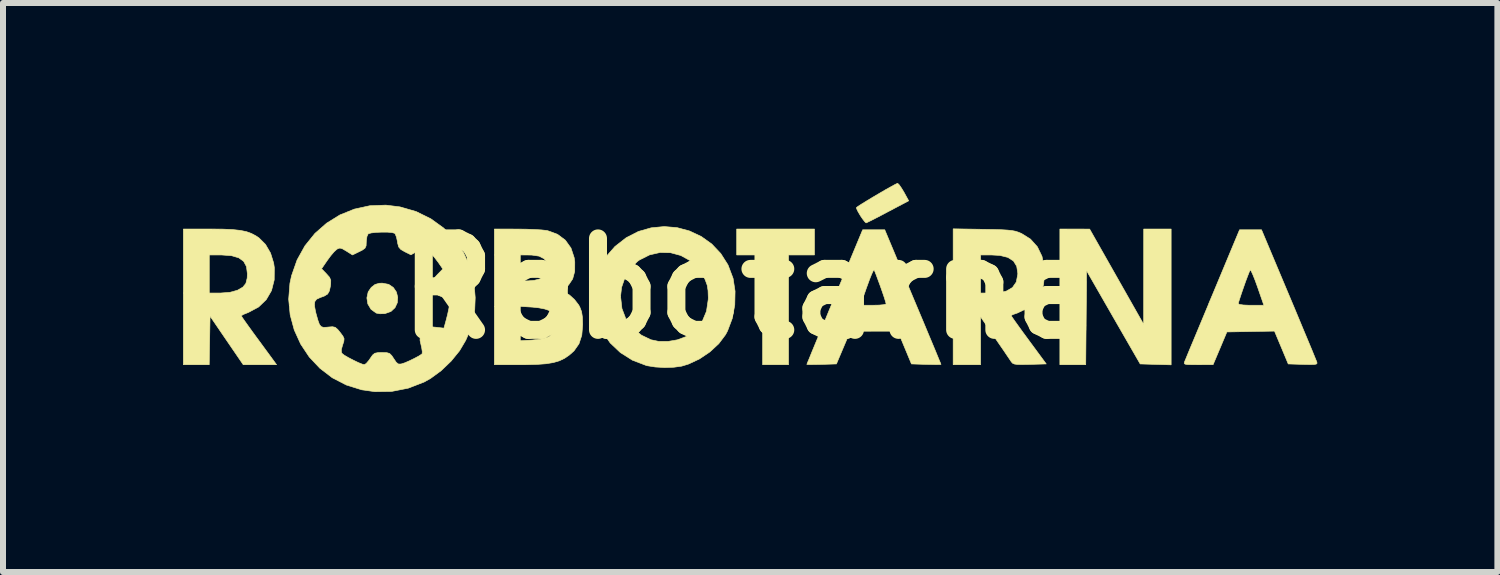
<source format=kicad_pcb>
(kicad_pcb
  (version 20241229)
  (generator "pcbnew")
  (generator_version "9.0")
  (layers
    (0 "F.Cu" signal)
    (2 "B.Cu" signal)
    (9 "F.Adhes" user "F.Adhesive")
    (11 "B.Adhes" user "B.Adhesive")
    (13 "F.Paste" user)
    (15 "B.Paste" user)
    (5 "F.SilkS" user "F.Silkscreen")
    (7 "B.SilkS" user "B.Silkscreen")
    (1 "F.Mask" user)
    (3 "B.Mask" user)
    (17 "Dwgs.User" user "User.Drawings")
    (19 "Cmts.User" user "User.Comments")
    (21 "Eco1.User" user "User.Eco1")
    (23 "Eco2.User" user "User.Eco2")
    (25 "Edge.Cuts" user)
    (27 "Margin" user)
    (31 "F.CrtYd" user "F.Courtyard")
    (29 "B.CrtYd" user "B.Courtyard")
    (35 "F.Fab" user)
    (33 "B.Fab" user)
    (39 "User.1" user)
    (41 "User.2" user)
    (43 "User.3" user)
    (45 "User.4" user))
  (footprint "Robotarna"
    (layer "F.Cu")
    (at 9.454 1.757)
    (property "Reference" "Robotarna" (at 0 0 0) (layer "F.SilkS") (effects (font (size 1.524 1.524) (thickness 0.3))))
    (attr through_hole)
    (fp_poly (pts (xy 1.067 -0.559) (xy 0.635 -0.559) (xy 0.635 1.27) (xy 0.203 1.27) (xy 0.203 -0.559) (xy -0.229 -0.559) (xy -0.229 -0.991) (xy 1.067 -0.991) (xy 1.067 -0.559)) (stroke (width 0.01) (type solid)) (fill yes) (layer "F.SilkS"))
    (fp_poly (pts (xy 7.01 1.272) (xy 6.752 1.265) (xy 6.494 1.257) (xy 6.047 0.481) (xy 5.601 -0.296) (xy 5.594 0.487) (xy 5.587 1.27) (xy 5.156 1.27) (xy 5.156 -0.991) (xy 5.652 -0.99) (xy 6.552 0.597) (xy 6.553 -0.991) (xy 7.01 -0.991) (xy 7.01 1.272)) (stroke (width 0.01) (type solid)) (fill yes) (layer "F.SilkS"))
    (fp_poly (pts (xy -6.028 -0.069) (xy -5.95 -0.016) (xy -5.899 0.059) (xy -5.877 0.147) (xy -5.884 0.237) (xy -5.922 0.319) (xy -5.99 0.383) (xy -6.089 0.418) (xy -6.097 0.419) (xy -6.173 0.421) (xy -6.234 0.41) (xy -6.236 0.409) (xy -6.322 0.347) (xy -6.375 0.258) (xy -6.391 0.157) (xy -6.369 0.056) (xy -6.318 -0.018) (xy -6.255 -0.067) (xy -6.184 -0.087) (xy -6.134 -0.089) (xy -6.028 -0.069)) (stroke (width 0.01) (type solid)) (fill yes) (layer "F.SilkS"))
    (fp_poly (pts (xy 2.476 -1.731) (xy 2.514 -1.677) (xy 2.557 -1.607) (xy 2.637 -1.461) (xy 2.29 -1.278) (xy 2.169 -1.214) (xy 2.065 -1.16) (xy 1.985 -1.12) (xy 1.937 -1.097) (xy 1.927 -1.093) (xy 1.906 -1.112) (xy 1.867 -1.162) (xy 1.833 -1.212) (xy 1.793 -1.28) (xy 1.769 -1.33) (xy 1.766 -1.348) (xy 1.792 -1.368) (xy 1.852 -1.407) (xy 1.938 -1.46) (xy 2.039 -1.521) (xy 2.146 -1.584) (xy 2.25 -1.645) (xy 2.342 -1.696) (xy 2.411 -1.734) (xy 2.449 -1.752) (xy 2.453 -1.752) (xy 2.476 -1.731)) (stroke (width 0.01) (type solid)) (fill yes) (layer "F.SilkS"))
    (fp_poly (pts (xy 2.706 0.14) (xy 2.8 0.364) (xy 2.888 0.573) (xy 2.967 0.763) (xy 3.037 0.93) (xy 3.094 1.067) (xy 3.137 1.172) (xy 3.165 1.239) (xy 3.175 1.265) (xy 3.175 1.265) (xy 3.151 1.267) (xy 3.088 1.268) (xy 2.996 1.266) (xy 2.929 1.265) (xy 2.683 1.257) (xy 2.456 0.711) (xy 1.664 0.712) (xy 1.548 0.985) (xy 1.433 1.257) (xy 1.187 1.265) (xy 1.082 1.267) (xy 0.999 1.268) (xy 0.949 1.266) (xy 0.94 1.265) (xy 0.949 1.24) (xy 0.977 1.174) (xy 1.019 1.07) (xy 1.076 0.932) (xy 1.145 0.766) (xy 1.224 0.577) (xy 1.31 0.367) (xy 1.347 0.279) (xy 1.832 0.279) (xy 2.046 0.279) (xy 2.143 0.277) (xy 2.218 0.27) (xy 2.257 0.26) (xy 2.261 0.256) (xy 2.252 0.222) (xy 2.231 0.153) (xy 2.2 0.062) (xy 2.164 -0.041) (xy 2.127 -0.141) (xy 2.095 -0.228) (xy 2.071 -0.288) (xy 2.06 -0.31) (xy 2.046 -0.294) (xy 2.02 -0.239) (xy 1.985 -0.152) (xy 1.945 -0.042) (xy 1.938 -0.024) (xy 1.832 0.279) (xy 1.347 0.279) (xy 1.403 0.143) (xy 1.405 0.14) (xy 1.87 -0.978) (xy 2.238 -0.978) (xy 2.706 0.14)) (stroke (width 0.01) (type solid)) (fill yes) (layer "F.SilkS"))
    (fp_poly (pts (xy -8.791 -0.989) (xy -8.629 -0.982) (xy -8.5 -0.968) (xy -8.397 -0.947) (xy -8.311 -0.915) (xy -8.233 -0.873) (xy -8.189 -0.843) (xy -8.08 -0.734) (xy -7.996 -0.59) (xy -7.944 -0.423) (xy -7.933 -0.346) (xy -7.935 -0.143) (xy -7.98 0.035) (xy -8.068 0.186) (xy -8.195 0.308) (xy -8.363 0.398) (xy -8.388 0.408) (xy -8.448 0.432) (xy -8.481 0.452) (xy -8.483 0.456) (xy -8.469 0.48) (xy -8.429 0.538) (xy -8.369 0.622) (xy -8.294 0.726) (xy -8.24 0.8) (xy -8.153 0.918) (xy -8.074 1.026) (xy -8.007 1.117) (xy -7.961 1.18) (xy -7.946 1.2) (xy -7.896 1.27) (xy -8.451 1.27) (xy -8.728 0.865) (xy -9.004 0.461) (xy -9.011 0.865) (xy -9.018 1.27) (xy -9.449 1.27) (xy -9.449 -0.559) (xy -9.017 -0.559) (xy -9.017 0.076) (xy -8.833 0.076) (xy -8.673 0.064) (xy -8.55 0.03) (xy -8.543 0.027) (xy -8.457 -0.023) (xy -8.407 -0.085) (xy -8.385 -0.174) (xy -8.382 -0.247) (xy -8.397 -0.365) (xy -8.444 -0.452) (xy -8.527 -0.512) (xy -8.65 -0.547) (xy -8.815 -0.559) (xy -8.826 -0.559) (xy -9.017 -0.559) (xy -9.449 -0.559) (xy -9.449 -0.991) (xy -8.996 -0.991) (xy -8.791 -0.989)) (stroke (width 0.01) (type solid)) (fill yes) (layer "F.SilkS"))
    (fp_poly (pts (xy 8.97 0.102) (xy 9.063 0.323) (xy 9.15 0.532) (xy 9.229 0.722) (xy 9.299 0.889) (xy 9.357 1.028) (xy 9.4 1.134) (xy 9.428 1.202) (xy 9.438 1.226) (xy 9.441 1.247) (xy 9.427 1.26) (xy 9.389 1.266) (xy 9.316 1.267) (xy 9.207 1.265) (xy 8.961 1.257) (xy 8.847 0.984) (xy 8.732 0.71) (xy 8.336 0.717) (xy 7.939 0.724) (xy 7.824 0.997) (xy 7.709 1.269) (xy 7.462 1.27) (xy 7.349 1.269) (xy 7.278 1.267) (xy 7.241 1.26) (xy 7.228 1.246) (xy 7.233 1.224) (xy 7.237 1.213) (xy 7.252 1.178) (xy 7.283 1.102) (xy 7.33 0.988) (xy 7.391 0.843) (xy 7.463 0.67) (xy 7.544 0.476) (xy 7.632 0.265) (xy 7.635 0.255) (xy 8.128 0.255) (xy 8.151 0.266) (xy 8.214 0.275) (xy 8.304 0.279) (xy 8.342 0.279) (xy 8.555 0.279) (xy 8.45 -0.024) (xy 8.409 -0.137) (xy 8.373 -0.227) (xy 8.345 -0.288) (xy 8.329 -0.31) (xy 8.328 -0.31) (xy 8.313 -0.279) (xy 8.287 -0.213) (xy 8.253 -0.123) (xy 8.217 -0.021) (xy 8.182 0.08) (xy 8.153 0.168) (xy 8.133 0.231) (xy 8.128 0.255) (xy 7.635 0.255) (xy 7.705 0.089) (xy 8.15 -0.978) (xy 8.516 -0.978) (xy 8.97 0.102)) (stroke (width 0.01) (type solid)) (fill yes) (layer "F.SilkS"))
    (fp_poly (pts (xy 3.88 -0.986) (xy 4.054 -0.983) (xy 4.187 -0.979) (xy 4.285 -0.973) (xy 4.359 -0.965) (xy 4.416 -0.954) (xy 4.465 -0.938) (xy 4.515 -0.917) (xy 4.516 -0.917) (xy 4.666 -0.823) (xy 4.781 -0.695) (xy 4.858 -0.536) (xy 4.895 -0.348) (xy 4.897 -0.191) (xy 4.883 -0.065) (xy 4.855 0.033) (xy 4.816 0.113) (xy 4.717 0.238) (xy 4.589 0.341) (xy 4.447 0.409) (xy 4.441 0.411) (xy 4.38 0.432) (xy 4.346 0.448) (xy 4.343 0.451) (xy 4.358 0.474) (xy 4.398 0.532) (xy 4.459 0.617) (xy 4.536 0.724) (xy 4.626 0.846) (xy 4.636 0.86) (xy 4.929 1.257) (xy 4.655 1.265) (xy 4.533 1.267) (xy 4.451 1.266) (xy 4.4 1.259) (xy 4.369 1.246) (xy 4.35 1.225) (xy 4.348 1.223) (xy 4.323 1.186) (xy 4.275 1.115) (xy 4.21 1.019) (xy 4.132 0.906) (xy 4.075 0.823) (xy 3.835 0.472) (xy 3.835 1.27) (xy 3.378 1.27) (xy 3.378 -0.559) (xy 3.835 -0.559) (xy 3.835 0.076) (xy 4.007 0.075) (xy 4.11 0.069) (xy 4.207 0.057) (xy 4.265 0.043) (xy 4.366 -0.016) (xy 4.43 -0.108) (xy 4.454 -0.234) (xy 4.455 -0.253) (xy 4.437 -0.37) (xy 4.383 -0.458) (xy 4.29 -0.518) (xy 4.157 -0.551) (xy 4.014 -0.559) (xy 3.835 -0.559) (xy 3.378 -0.559) (xy 3.378 -0.994) (xy 3.88 -0.986)) (stroke (width 0.01) (type solid)) (fill yes) (layer "F.SilkS"))
    (fp_poly (pts (xy -1.222 -1.014) (xy -1.014 -0.958) (xy -0.82 -0.867) (xy -0.644 -0.741) (xy -0.494 -0.582) (xy -0.374 -0.393) (xy -0.291 -0.174) (xy -0.289 -0.169) (xy -0.256 0.046) (xy -0.261 0.274) (xy -0.303 0.499) (xy -0.381 0.706) (xy -0.415 0.77) (xy -0.527 0.919) (xy -0.676 1.057) (xy -0.85 1.174) (xy -1.034 1.26) (xy -1.146 1.294) (xy -1.276 1.312) (xy -1.43 1.317) (xy -1.586 1.308) (xy -1.719 1.287) (xy -1.735 1.283) (xy -1.966 1.195) (xy -2.167 1.068) (xy -2.336 0.908) (xy -2.468 0.718) (xy -2.561 0.504) (xy -2.609 0.27) (xy -2.616 0.14) (xy -2.615 0.131) (xy -2.164 0.131) (xy -2.141 0.334) (xy -2.074 0.511) (xy -1.965 0.659) (xy -1.816 0.778) (xy -1.659 0.854) (xy -1.526 0.882) (xy -1.372 0.882) (xy -1.216 0.855) (xy -1.077 0.803) (xy -1.067 0.798) (xy -0.915 0.689) (xy -0.803 0.548) (xy -0.732 0.379) (xy -0.703 0.183) (xy -0.702 0.152) (xy -0.706 0.036) (xy -0.72 -0.054) (xy -0.752 -0.141) (xy -0.771 -0.182) (xy -0.873 -0.342) (xy -1.006 -0.465) (xy -1.16 -0.55) (xy -1.33 -0.596) (xy -1.506 -0.6) (xy -1.681 -0.56) (xy -1.848 -0.476) (xy -1.884 -0.45) (xy -2 -0.333) (xy -2.09 -0.184) (xy -2.147 -0.019) (xy -2.164 0.131) (xy -2.615 0.131) (xy -2.592 -0.104) (xy -2.522 -0.328) (xy -2.404 -0.532) (xy -2.258 -0.699) (xy -2.07 -0.846) (xy -1.867 -0.95) (xy -1.654 -1.011) (xy -1.437 -1.032) (xy -1.222 -1.014)) (stroke (width 0.01) (type solid)) (fill yes) (layer "F.SilkS"))
    (fp_poly (pts (xy -3.88 -0.99) (xy -3.734 -0.988) (xy -3.597 -0.983) (xy -3.481 -0.976) (xy -3.398 -0.967) (xy -3.378 -0.963) (xy -3.215 -0.903) (xy -3.084 -0.805) (xy -2.99 -0.674) (xy -2.937 -0.514) (xy -2.927 -0.443) (xy -2.928 -0.285) (xy -2.962 -0.16) (xy -3.03 -0.059) (xy -3.061 -0.028) (xy -3.112 0.019) (xy -3.128 0.044) (xy -3.112 0.059) (xy -3.098 0.064) (xy -3.016 0.108) (xy -2.932 0.184) (xy -2.861 0.276) (xy -2.844 0.307) (xy -2.814 0.385) (xy -2.799 0.481) (xy -2.795 0.602) (xy -2.81 0.779) (xy -2.857 0.922) (xy -2.94 1.04) (xy -3.018 1.109) (xy -3.098 1.164) (xy -3.184 1.205) (xy -3.284 1.234) (xy -3.406 1.254) (xy -3.558 1.265) (xy -3.75 1.27) (xy -3.833 1.27) (xy -4.267 1.27) (xy -4.267 0.87) (xy -3.835 0.87) (xy -3.636 0.859) (xy -3.485 0.842) (xy -3.377 0.811) (xy -3.35 0.797) (xy -3.274 0.727) (xy -3.236 0.637) (xy -3.235 0.539) (xy -3.27 0.447) (xy -3.342 0.375) (xy -3.363 0.363) (xy -3.429 0.341) (xy -3.526 0.322) (xy -3.636 0.31) (xy -3.639 0.31) (xy -3.835 0.298) (xy -3.835 0.87) (xy -4.267 0.87) (xy -4.267 -0.127) (xy -3.835 -0.127) (xy -3.702 -0.127) (xy -3.597 -0.137) (xy -3.502 -0.162) (xy -3.481 -0.171) (xy -3.401 -0.235) (xy -3.365 -0.316) (xy -3.375 -0.406) (xy -3.383 -0.424) (xy -3.437 -0.495) (xy -3.521 -0.539) (xy -3.642 -0.557) (xy -3.689 -0.558) (xy -3.835 -0.559) (xy -3.835 -0.127) (xy -4.267 -0.127) (xy -4.267 -0.991) (xy -3.88 -0.99)) (stroke (width 0.01) (type solid)) (fill yes) (layer "F.SilkS"))
    (fp_poly (pts (xy -5.84 -1.36) (xy -5.57 -1.282) (xy -5.326 -1.162) (xy -5.11 -1.006) (xy -4.927 -0.816) (xy -4.78 -0.598) (xy -4.671 -0.356) (xy -4.606 -0.093) (xy -4.586 0.152) (xy -4.594 0.356) (xy -4.622 0.533) (xy -4.675 0.705) (xy -4.744 0.864) (xy -4.847 1.038) (xy -4.987 1.21) (xy -5.152 1.368) (xy -5.329 1.498) (xy -5.436 1.558) (xy -5.702 1.661) (xy -5.978 1.715) (xy -6.258 1.719) (xy -6.477 1.688) (xy -6.734 1.608) (xy -6.968 1.487) (xy -7.174 1.329) (xy -7.351 1.141) (xy -7.494 0.926) (xy -7.601 0.691) (xy -7.669 0.44) (xy -7.684 0.284) (xy -7.265 0.284) (xy -7.247 0.382) (xy -7.238 0.419) (xy -7.207 0.529) (xy -7.182 0.598) (xy -7.153 0.635) (xy -7.114 0.648) (xy -7.056 0.645) (xy -7.038 0.643) (xy -6.965 0.637) (xy -6.918 0.647) (xy -6.877 0.682) (xy -6.837 0.731) (xy -6.791 0.792) (xy -6.771 0.836) (xy -6.775 0.881) (xy -6.795 0.941) (xy -6.817 1.018) (xy -6.814 1.066) (xy -6.804 1.083) (xy -6.767 1.112) (xy -6.698 1.152) (xy -6.615 1.195) (xy -6.532 1.235) (xy -6.464 1.262) (xy -6.433 1.269) (xy -6.402 1.25) (xy -6.359 1.2) (xy -6.337 1.168) (xy -6.296 1.109) (xy -6.259 1.079) (xy -6.204 1.068) (xy -6.14 1.067) (xy -6.06 1.069) (xy -6.012 1.083) (xy -5.976 1.119) (xy -5.943 1.169) (xy -5.9 1.232) (xy -5.864 1.259) (xy -5.821 1.258) (xy -5.817 1.257) (xy -5.758 1.238) (xy -5.68 1.204) (xy -5.598 1.164) (xy -5.525 1.125) (xy -5.479 1.095) (xy -5.47 1.086) (xy -5.468 1.051) (xy -5.478 0.985) (xy -5.488 0.942) (xy -5.505 0.867) (xy -5.504 0.817) (xy -5.479 0.77) (xy -5.446 0.725) (xy -5.4 0.671) (xy -5.361 0.645) (xy -5.31 0.639) (xy -5.239 0.646) (xy -5.107 0.661) (xy -5.07 0.527) (xy -5.045 0.428) (xy -5.024 0.329) (xy -5.017 0.291) (xy -5.001 0.189) (xy -5.125 0.144) (xy -5.2 0.114) (xy -5.241 0.082) (xy -5.265 0.031) (xy -5.277 -0.02) (xy -5.292 -0.093) (xy -5.289 -0.14) (xy -5.261 -0.183) (xy -5.215 -0.233) (xy -5.125 -0.325) (xy -5.202 -0.436) (xy -5.264 -0.517) (xy -5.331 -0.594) (xy -5.355 -0.619) (xy -5.433 -0.692) (xy -5.544 -0.627) (xy -5.656 -0.561) (xy -5.761 -0.613) (xy -5.826 -0.651) (xy -5.861 -0.692) (xy -5.879 -0.758) (xy -5.882 -0.783) (xy -5.898 -0.857) (xy -5.919 -0.909) (xy -5.928 -0.92) (xy -5.973 -0.932) (xy -6.05 -0.939) (xy -6.143 -0.939) (xy -6.238 -0.935) (xy -6.317 -0.926) (xy -6.365 -0.913) (xy -6.37 -0.909) (xy -6.39 -0.866) (xy -6.4 -0.796) (xy -6.401 -0.775) (xy -6.404 -0.711) (xy -6.423 -0.671) (xy -6.468 -0.639) (xy -6.516 -0.615) (xy -6.631 -0.559) (xy -6.734 -0.624) (xy -6.799 -0.662) (xy -6.841 -0.674) (xy -6.877 -0.662) (xy -6.893 -0.652) (xy -6.937 -0.612) (xy -6.994 -0.545) (xy -7.048 -0.472) (xy -7.146 -0.329) (xy -7.064 -0.244) (xy -7.013 -0.186) (xy -6.993 -0.138) (xy -6.994 -0.075) (xy -6.998 -0.042) (xy -7.016 0.041) (xy -7.045 0.092) (xy -7.1 0.126) (xy -7.169 0.151) (xy -7.228 0.178) (xy -7.259 0.219) (xy -7.265 0.284) (xy -7.684 0.284) (xy -7.694 0.179) (xy -7.673 -0.087) (xy -7.646 -0.213) (xy -7.554 -0.475) (xy -7.423 -0.711) (xy -7.257 -0.917) (xy -7.061 -1.089) (xy -6.84 -1.226) (xy -6.599 -1.323) (xy -6.342 -1.379) (xy -6.074 -1.389) (xy -5.84 -1.36)) (stroke (width 0.01) (type solid)) (fill yes) (layer "F.SilkS")))
  (gr_rect
    (start -3 -3)
    (end 21.9 6.481)
    (stroke (width 0.1) (type default))
    (fill no)
    (layer "Edge.Cuts")))
</source>
